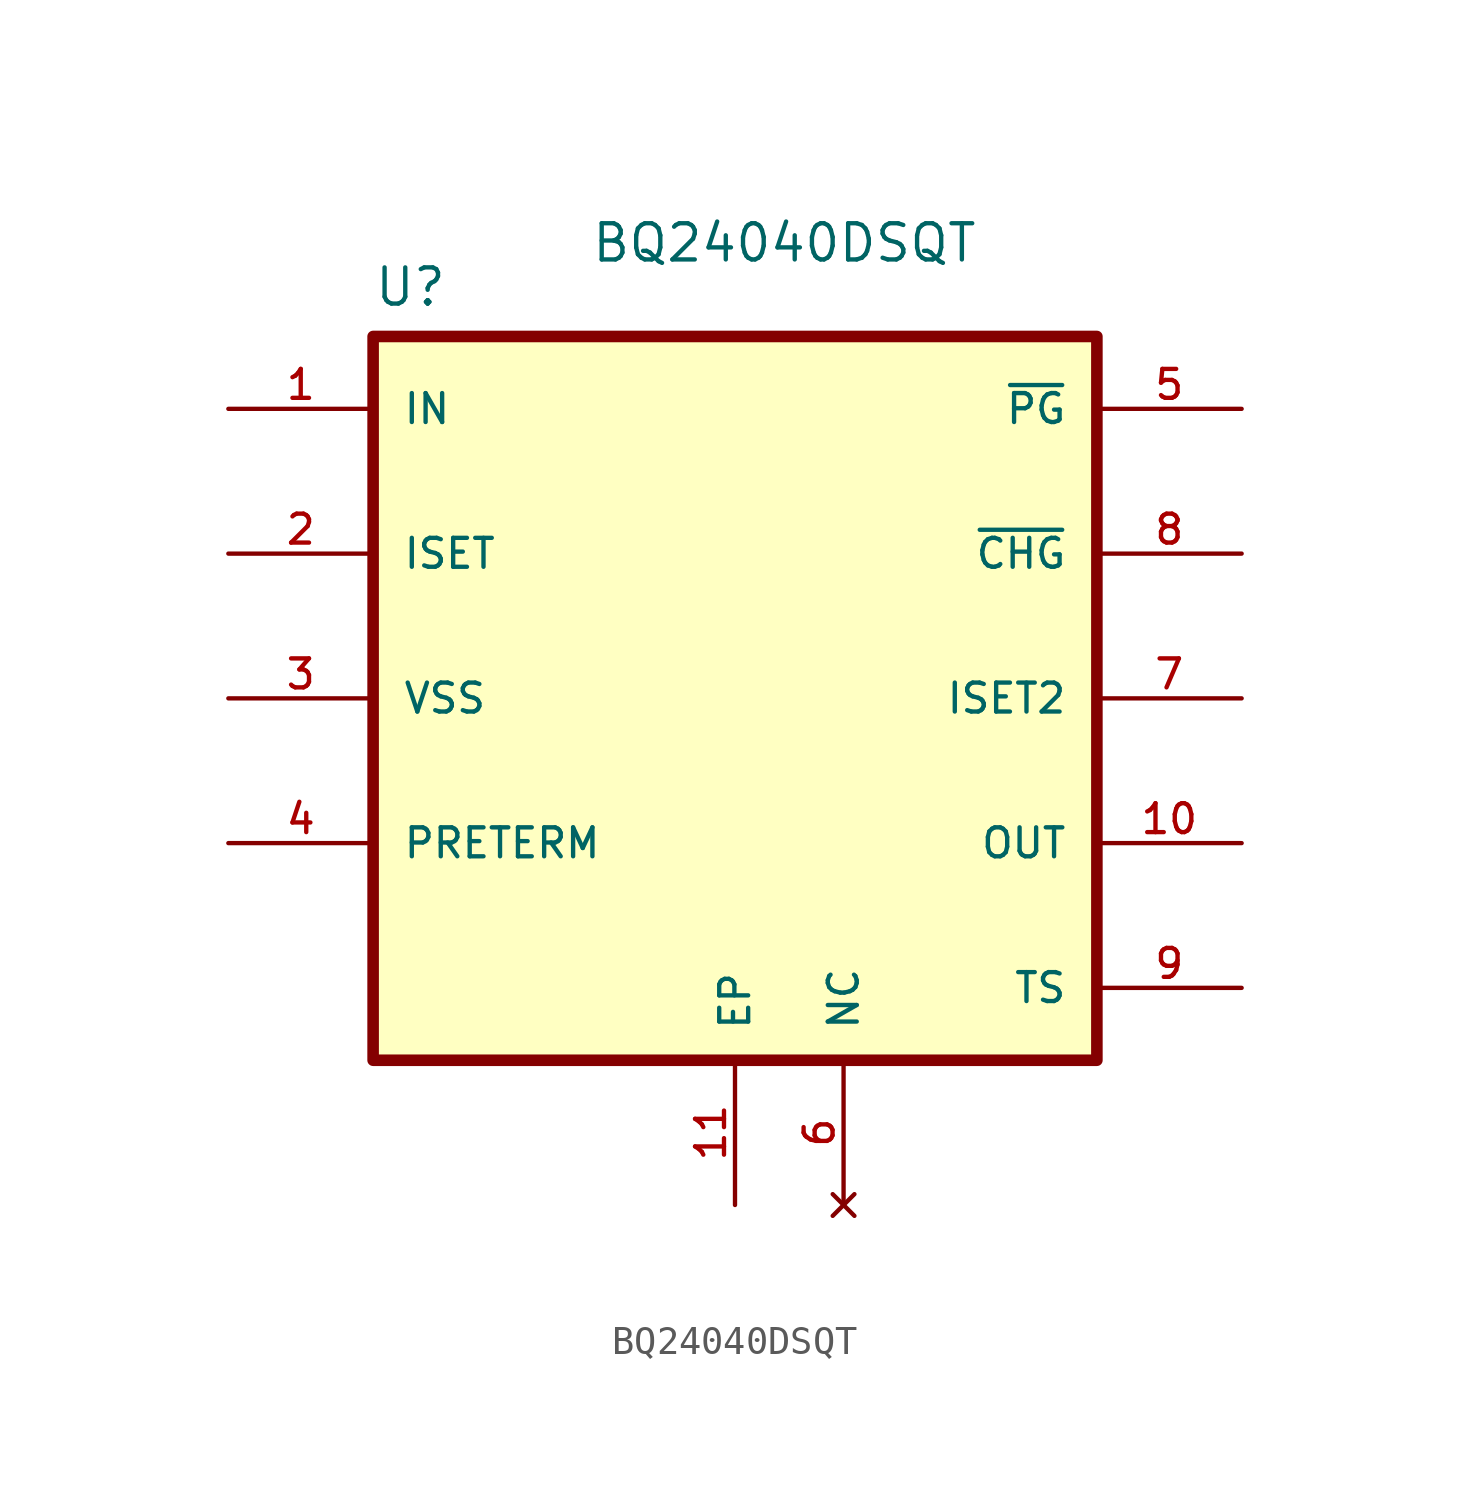
<source format=kicad_sym>
(kicad_symbol_lib
  (version 20211014)
  (generator kicad_symbol_editor)
  (symbol "BQ24040DSQT"
    (pin_names
      (offset 1.016))
    (property "Reference" "U"
      (at -12.7 13.691 0)
      (effects (font (size 1.27 1.27)) (justify left bottom)))
    (property "Value" "BQ24040DSQT"
      (at -5.08 15.24 0)
      (effects (font (size 1.27 1.27)) (justify left bottom)))
    (property "ki_locked" ""
      (at 0 0 0)
      (effects (font (size 1.27 1.27))))
    (symbol "BQ24040DSQT_0_0"
      (rectangle (start -12.7 -12.7) (end 12.7 12.7) (stroke (width 0.406) (type default) (color 0 0 0 0)) (fill (type background)))
      (pin input line (at -17.78 10.16 0) (length 5.08) (name "IN" (effects (font (size 1.016 1.016)))) (number "1" (effects (font (size 1.016 1.016)))))
      (pin output line (at 17.78 -5.08 180) (length 5.08) (name "OUT" (effects (font (size 1.016 1.016)))) (number "10" (effects (font (size 1.016 1.016)))))
      (pin bidirectional line (at 0 -17.78 90) (length 5.08) (name "EP" (effects (font (size 1.016 1.016)))) (number "11" (effects (font (size 1.016 1.016)))))
      (pin input line (at -17.78 5.08 0) (length 5.08) (name "ISET" (effects (font (size 1.016 1.016)))) (number "2" (effects (font (size 1.016 1.016)))))
      (pin free line (at -17.78 0 0) (length 5.08) (name "VSS" (effects (font (size 1.016 1.016)))) (number "3" (effects (font (size 1.016 1.016)))))
      (pin input line (at -17.78 -5.08 0) (length 5.08) (name "PRETERM" (effects (font (size 1.016 1.016)))) (number "4" (effects (font (size 1.016 1.016)))))
      (pin output line (at 17.78 10.16 180) (length 5.08) (name "~{PG}" (effects (font (size 1.016 1.016)))) (number "5" (effects (font (size 1.016 1.016)))))
      (pin input line (at 17.78 0 180) (length 5.08) (name "ISET2" (effects (font (size 1.016 1.016)))) (number "7" (effects (font (size 1.016 1.016)))))
      (pin output line (at 17.78 5.08 180) (length 5.08) (name "~{CHG}" (effects (font (size 1.016 1.016)))) (number "8" (effects (font (size 1.016 1.016)))))
      (pin input line (at 17.78 -10.16 180) (length 5.08) (name "TS" (effects (font (size 1.016 1.016)))) (number "9" (effects (font (size 1.016 1.016))))))
    (symbol "BQ24040DSQT_1_1"
      (pin no_connect line (at 3.81 -17.78 90) (length 5.08) (name "NC" (effects (font (size 1.016 1.016)))) (number "6" (effects (font (size 1.016 1.016))))))))
</source>
